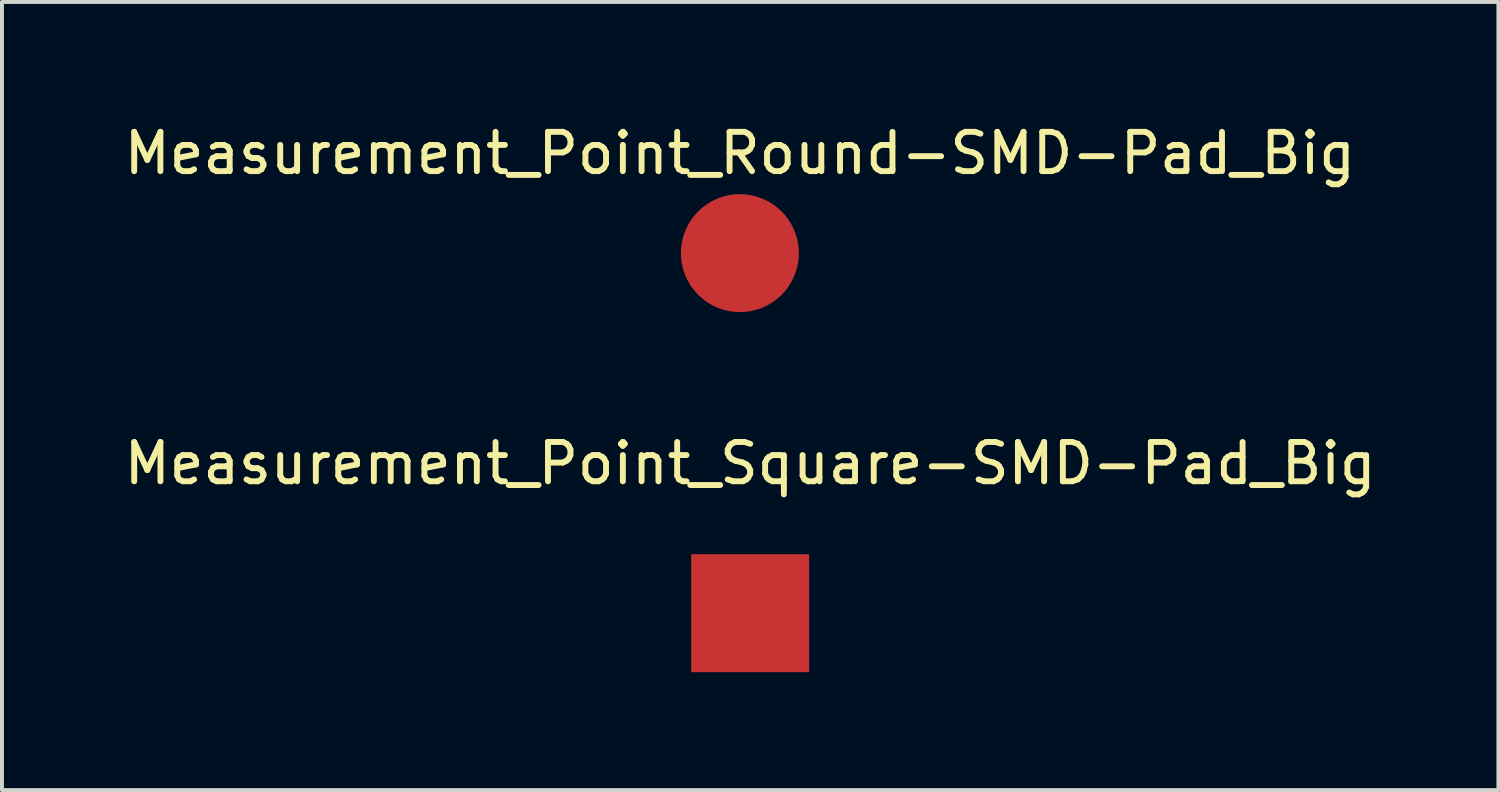
<source format=kicad_pcb>
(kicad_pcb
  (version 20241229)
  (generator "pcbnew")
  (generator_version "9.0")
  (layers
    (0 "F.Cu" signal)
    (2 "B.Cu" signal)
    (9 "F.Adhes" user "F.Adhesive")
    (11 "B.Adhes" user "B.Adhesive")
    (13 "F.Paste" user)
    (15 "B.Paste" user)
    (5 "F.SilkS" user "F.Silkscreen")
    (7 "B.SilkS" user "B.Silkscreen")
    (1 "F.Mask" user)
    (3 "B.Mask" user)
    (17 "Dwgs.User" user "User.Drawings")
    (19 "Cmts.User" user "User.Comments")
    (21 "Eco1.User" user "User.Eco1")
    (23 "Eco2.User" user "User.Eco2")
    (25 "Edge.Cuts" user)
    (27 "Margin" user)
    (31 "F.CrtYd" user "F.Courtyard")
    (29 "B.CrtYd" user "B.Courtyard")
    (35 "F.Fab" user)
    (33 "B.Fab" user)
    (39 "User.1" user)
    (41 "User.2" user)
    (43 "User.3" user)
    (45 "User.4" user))
  (footprint "Measurement_Point_Square-SMD-Pad_Big"
    (layer "F.Cu")
    (at 16.03 12.546)
    (property "Reference" "Measurement_Point_Square-SMD-Pad_Big" (at 0 -3.81 0) (layer "F.SilkS") (effects (font (size 1 1) (thickness 0.15))))
    (attr through_hole)
    (pad "1" smd rect (at 0 0) (size 3 3) (layers "F.Cu" "F.Mask" "F.Paste")))
  (footprint "Measurement_Point_Round-SMD-Pad_Big"
    (layer "F.Cu")
    (at 15.768 3.388)
    (property "Reference" "Measurement_Point_Round-SMD-Pad_Big" (at 0 -2.54 0) (layer "F.SilkS") (effects (font (size 1 1) (thickness 0.15))))
    (attr through_hole)
    (pad "1" smd circle (at 0 0) (size 3 3) (layers "F.Cu" "F.Mask" "F.Paste")))
  (gr_rect
    (start -3 -3)
    (end 35.06 17.046)
    (stroke (width 0.1) (type default))
    (fill no)
    (layer "Edge.Cuts")))
</source>
